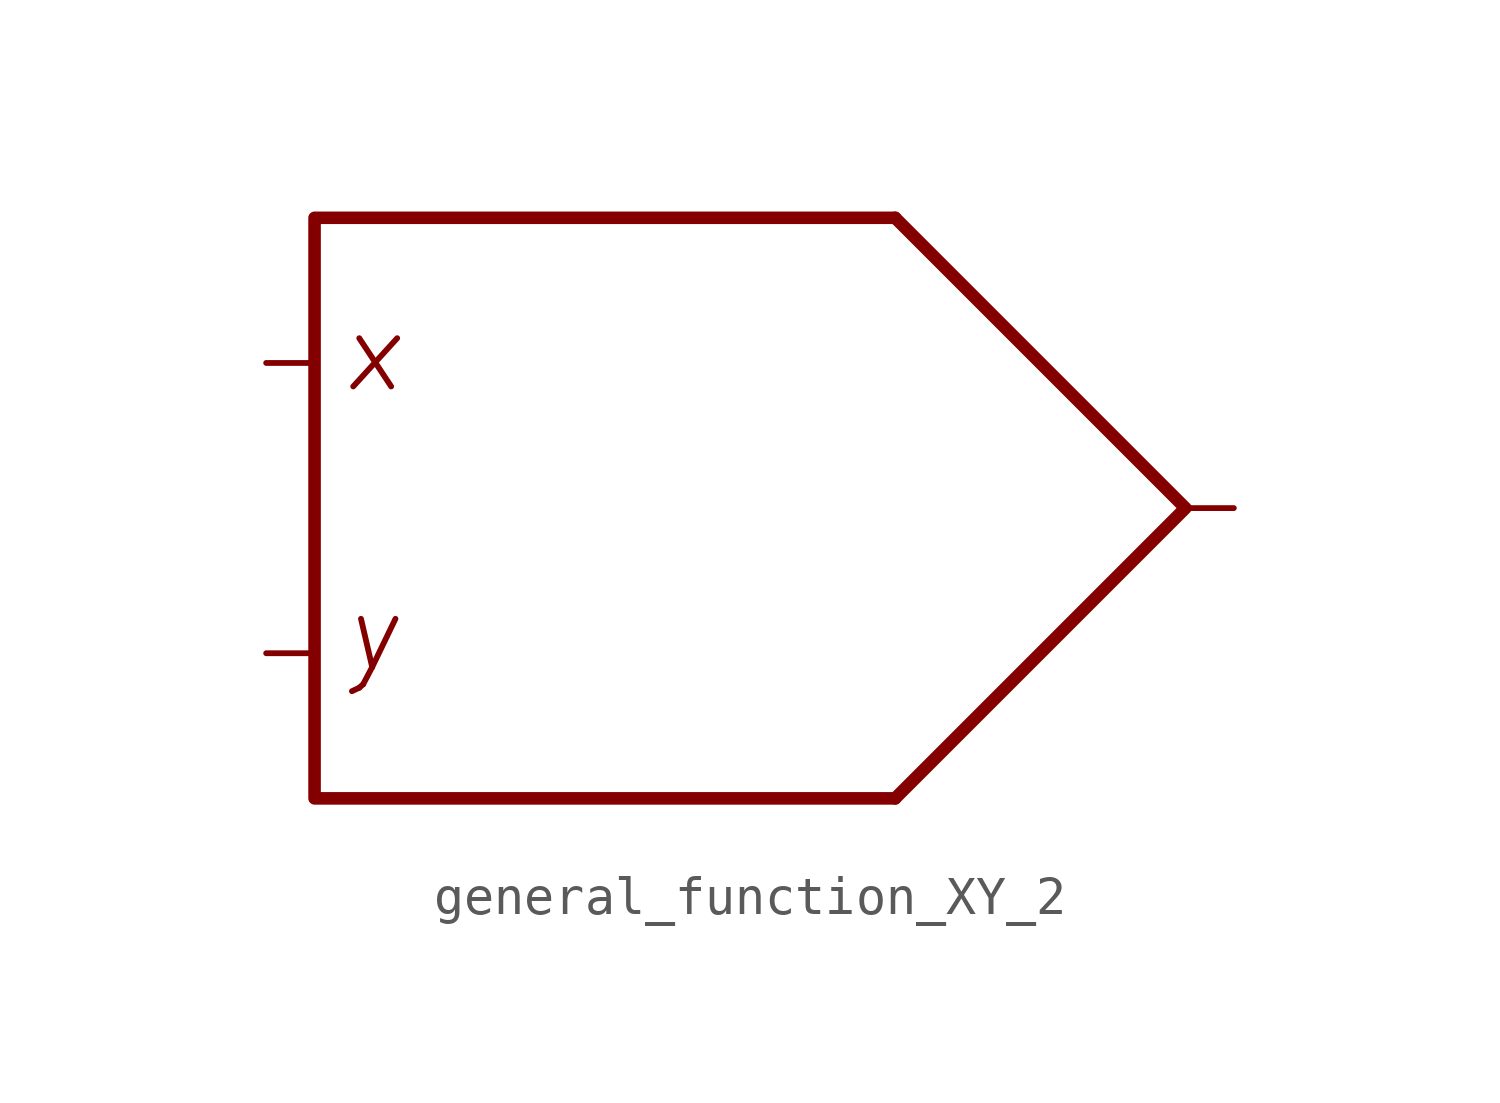
<source format=kicad_sym>
(kicad_symbol_lib
  (version 20211014)
  (generator kicad_symbol_editor)
  (symbol "general_function_XY_2"
    (property "Reference" "U"
      (at 3.81 12.7 0)
      (effects (font (size 1.27 1.27)) hide))
    (symbol "general_function_XY_2_0_0"
      (polyline (pts (xy 0 7.62) (xy -15.24 7.62) (xy -15.24 -7.62) (xy 0 -7.62)) (stroke (width 0.33) (type default) (color 0 0 0 0)) (fill (type none)))
      (text "x" (at -13.716 4.064 0) (effects (font (size 1.9 1.9) italic)))
      (text "y" (at -13.716 -3.302 0) (effects (font (size 1.9 1.9) italic))))
    (symbol "general_function_XY_2_0_1"
      (polyline (pts (xy 0 7.62) (xy 7.62 0) (xy 0 -7.62)) (stroke (width 0.33) (type default) (color 0 0 0 0)) (fill (type none))))
    (symbol "general_function_XY_2_1_1"
      (pin input line (at -16.51 -3.81 0) (length 1.27) (name "" (effects (font (size 1.27 1.27)))) (number "" (effects (font (size 1.27 1.27)))))
      (pin input line (at -16.51 3.81 0) (length 1.27) (name "" (effects (font (size 1.27 1.27)))) (number "" (effects (font (size 1.27 1.27)))))
      (pin output line (at 8.89 0 180) (length 1.27) (name "" (effects (font (size 1.27 1.27)))) (number "" (effects (font (size 1.27 1.27))))))))
</source>
